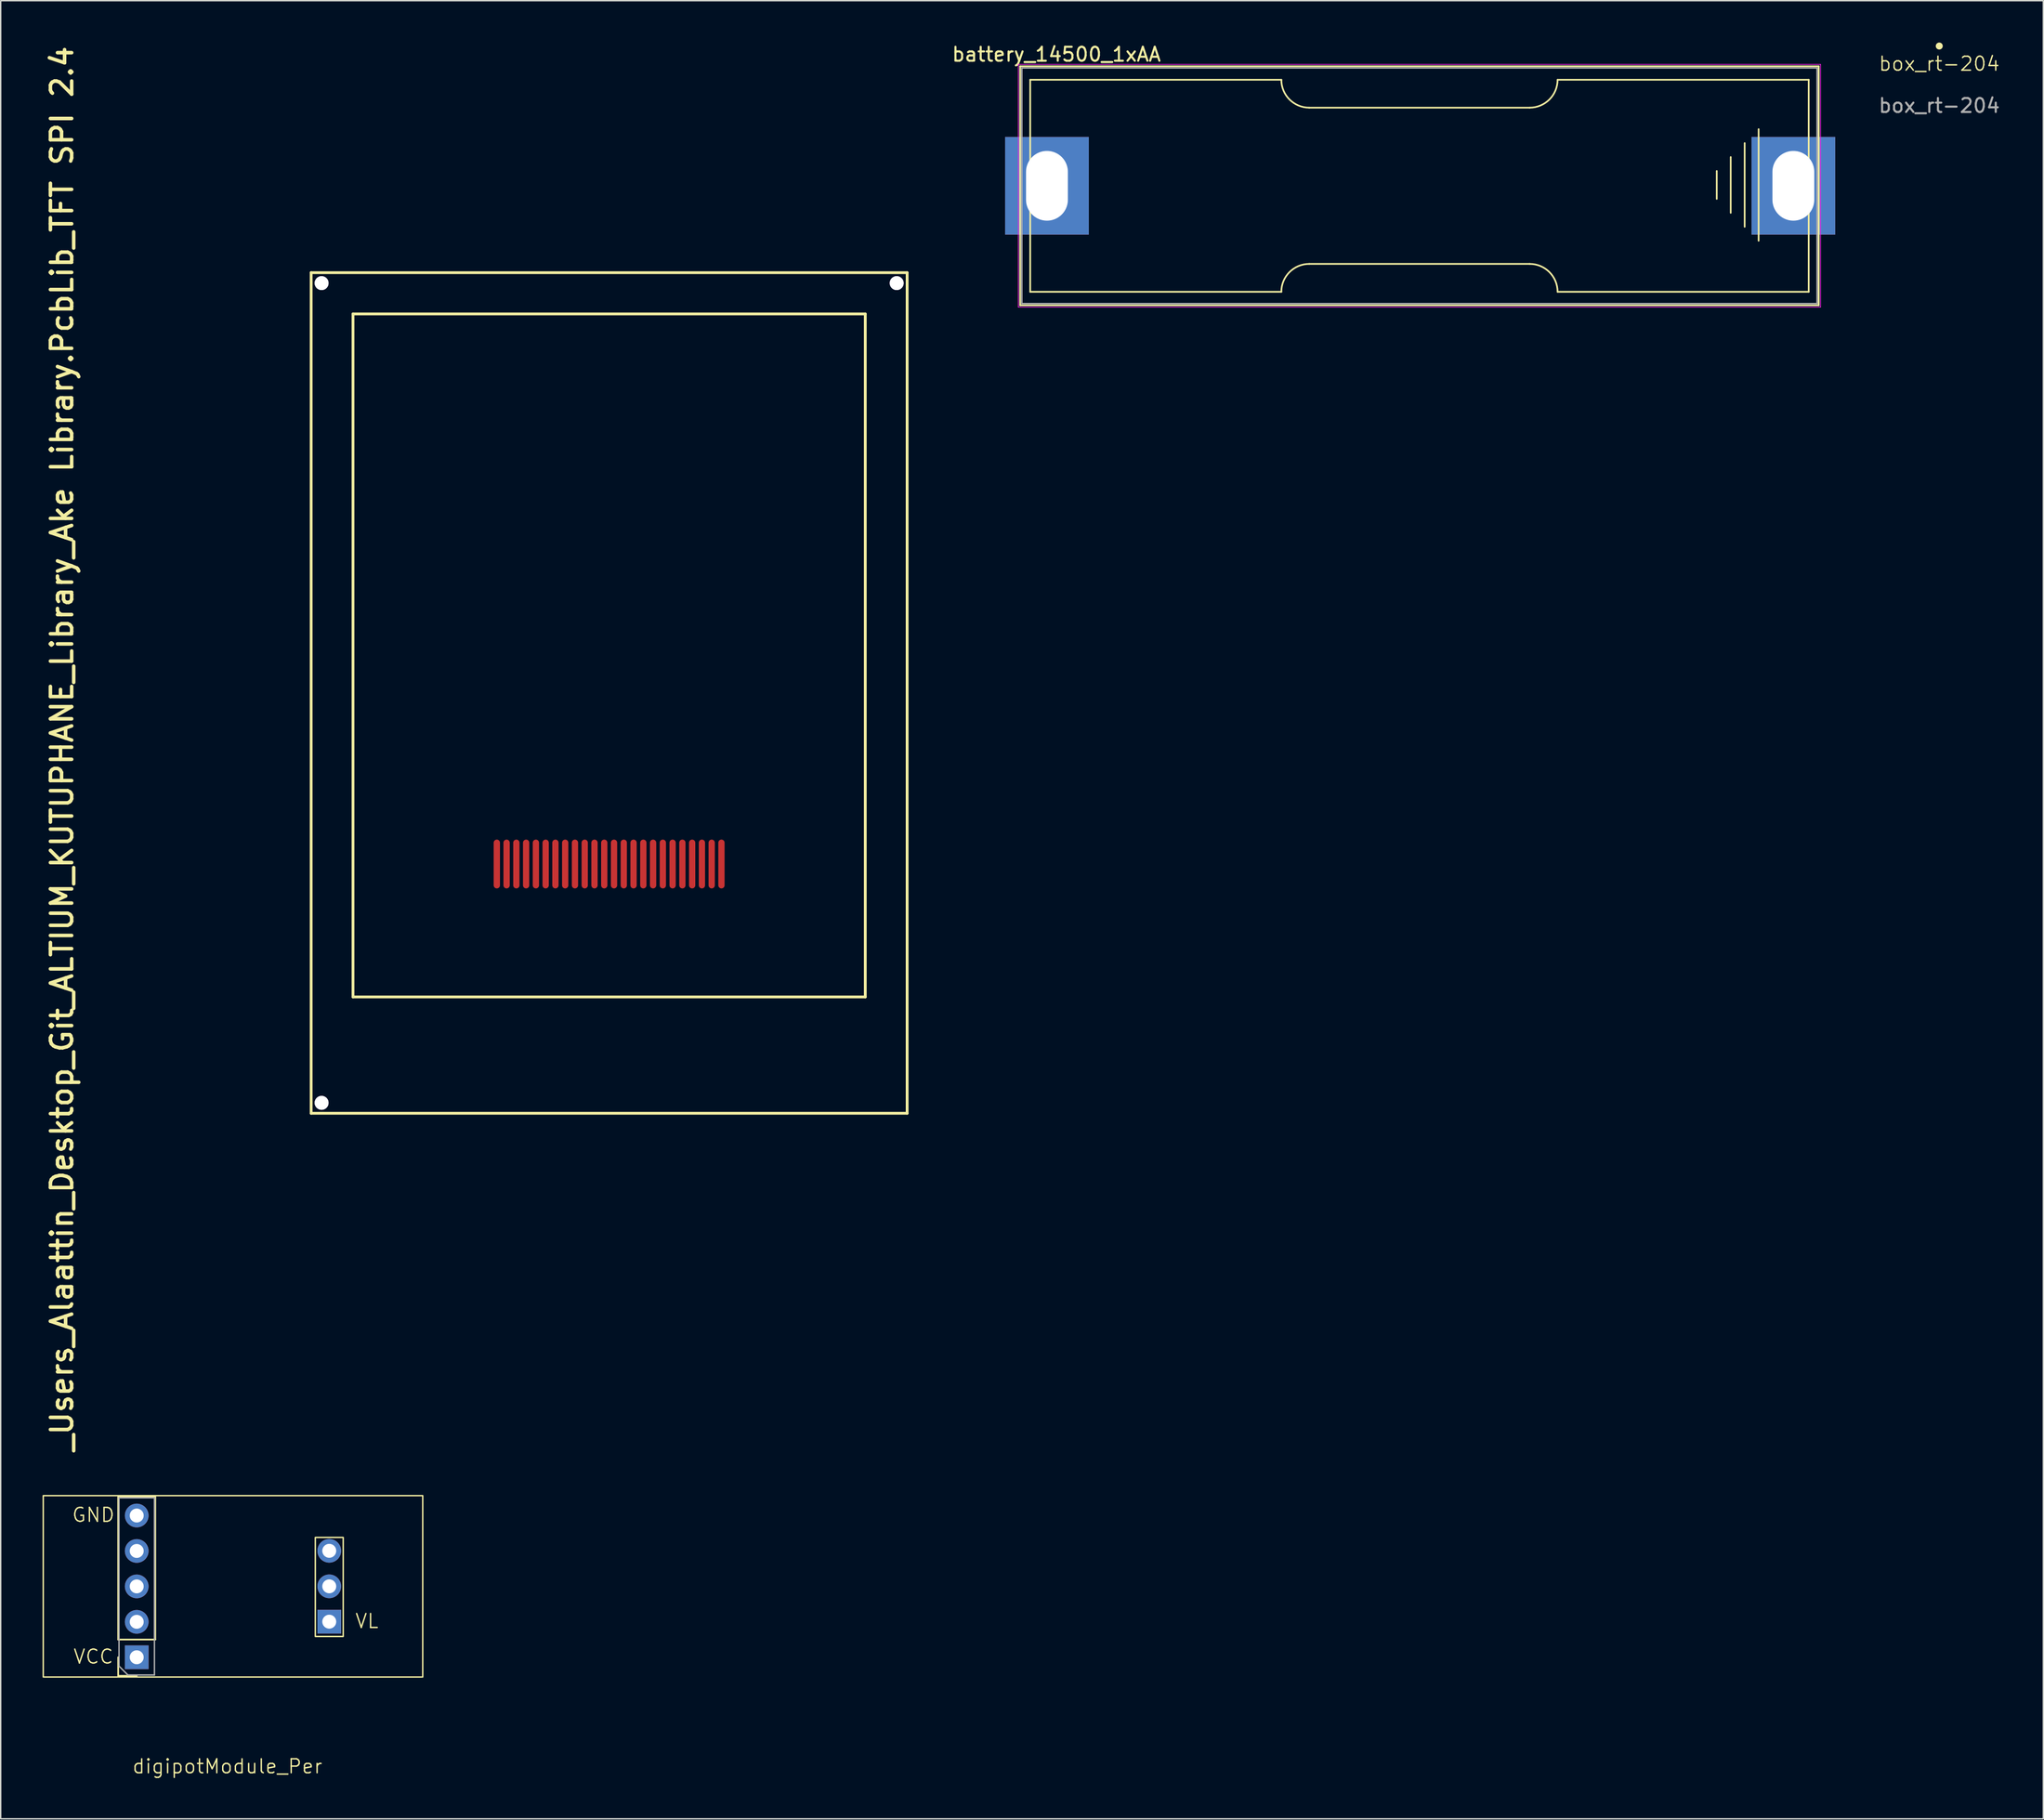
<source format=kicad_pcb>
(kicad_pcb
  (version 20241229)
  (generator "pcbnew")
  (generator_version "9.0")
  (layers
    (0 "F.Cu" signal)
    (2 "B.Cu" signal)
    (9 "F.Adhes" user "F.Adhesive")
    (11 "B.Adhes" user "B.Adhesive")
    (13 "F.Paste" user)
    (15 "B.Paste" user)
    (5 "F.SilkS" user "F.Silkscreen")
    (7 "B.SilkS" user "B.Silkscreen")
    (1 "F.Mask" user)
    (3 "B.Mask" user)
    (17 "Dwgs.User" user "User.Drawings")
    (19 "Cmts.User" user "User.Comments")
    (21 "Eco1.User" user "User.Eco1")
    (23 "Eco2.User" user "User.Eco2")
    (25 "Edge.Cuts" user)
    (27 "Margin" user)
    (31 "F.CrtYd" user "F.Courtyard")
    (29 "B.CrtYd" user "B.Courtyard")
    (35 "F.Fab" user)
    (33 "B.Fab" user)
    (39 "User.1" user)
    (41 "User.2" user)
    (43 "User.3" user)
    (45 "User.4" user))
  (footprint "_Users_Alaattin_Desktop_Git_ALTIUM_KUTUPHANE_Library_Ake Library.PcbLib_TFT SPI 2.4"
    (layer "F.Cu")
    (at 40.611 43.935)
    (property "Reference" "_Users_Alaattin_Desktop_Git_ALTIUM_KUTUPHANE_Library_Ake Library.PcbLib_TFT SPI 2.4" (at -38.325 57.179 90) (unlocked yes) (layer "F.SilkS") (effects (font (size 1.524 1.524) (thickness 0.254)) (justify left bottom)))
    (fp_line (start -21.36 -27.44) (end -21.36 32.82) (stroke (width 0.2) (type solid)) (layer "F.SilkS"))
    (fp_line (start -18.36 -24.48) (end -18.36 24.48) (stroke (width 0.2) (type solid)) (layer "F.SilkS"))
    (fp_line (start 18.36 -24.48) (end -18.36 -24.48) (stroke (width 0.2) (type solid)) (layer "F.SilkS"))
    (fp_line (start 18.36 -24.48) (end 18.36 24.48) (stroke (width 0.2) (type solid)) (layer "F.SilkS"))
    (fp_line (start 18.36 24.48) (end -18.36 24.48) (stroke (width 0.2) (type solid)) (layer "F.SilkS"))
    (fp_line (start 21.36 -27.44) (end -21.36 -27.44) (stroke (width 0.2) (type solid)) (layer "F.SilkS"))
    (fp_line (start 21.36 -27.44) (end 21.36 32.82) (stroke (width 0.2) (type solid)) (layer "F.SilkS"))
    (fp_line (start 21.36 32.82) (end -21.36 32.82) (stroke (width 0.2) (type solid)) (layer "F.SilkS"))
    (pad "1" smd oval (at -8.05 14.95) (size 0.45 3.5) (layers "F.Cu" "F.Mask" "F.Paste"))
    (pad "2" smd oval (at -7.35 14.95) (size 0.45 3.5) (layers "F.Cu" "F.Mask" "F.Paste"))
    (pad "3" smd oval (at -6.65 14.95) (size 0.45 3.5) (layers "F.Cu" "F.Mask" "F.Paste"))
    (pad "4" smd oval (at -5.95 14.95) (size 0.45 3.5) (layers "F.Cu" "F.Mask" "F.Paste"))
    (pad "5" smd oval (at -5.25 14.95) (size 0.45 3.5) (layers "F.Cu" "F.Mask" "F.Paste"))
    (pad "6" smd oval (at -4.55 14.95) (size 0.45 3.5) (layers "F.Cu" "F.Mask" "F.Paste"))
    (pad "7" smd oval (at -3.85 14.95) (size 0.45 3.5) (layers "F.Cu" "F.Mask" "F.Paste"))
    (pad "8" smd oval (at -3.15 14.95) (size 0.45 3.5) (layers "F.Cu" "F.Mask" "F.Paste"))
    (pad "9" smd oval (at -2.45 14.95) (size 0.45 3.5) (layers "F.Cu" "F.Mask" "F.Paste"))
    (pad "10" smd oval (at -1.75 14.95) (size 0.45 3.5) (layers "F.Cu" "F.Mask" "F.Paste"))
    (pad "11" smd oval (at -1.05 14.95) (size 0.45 3.5) (layers "F.Cu" "F.Mask" "F.Paste"))
    (pad "12" smd oval (at -0.35 14.95) (size 0.45 3.5) (layers "F.Cu" "F.Mask" "F.Paste"))
    (pad "13" smd oval (at 0.35 14.95) (size 0.45 3.5) (layers "F.Cu" "F.Mask" "F.Paste"))
    (pad "14" smd oval (at 1.05 14.95) (size 0.45 3.5) (layers "F.Cu" "F.Mask" "F.Paste"))
    (pad "15" smd oval (at 1.75 14.95) (size 0.45 3.5) (layers "F.Cu" "F.Mask" "F.Paste"))
    (pad "16" smd oval (at 2.45 14.95) (size 0.45 3.5) (layers "F.Cu" "F.Mask" "F.Paste"))
    (pad "17" smd oval (at 3.15 14.95) (size 0.45 3.5) (layers "F.Cu" "F.Mask" "F.Paste"))
    (pad "18" smd oval (at 3.85 14.95) (size 0.45 3.5) (layers "F.Cu" "F.Mask" "F.Paste"))
    (pad "19" smd oval (at 4.55 14.95) (size 0.45 3.5) (layers "F.Cu" "F.Mask" "F.Paste"))
    (pad "20" smd oval (at 5.25 14.95) (size 0.45 3.5) (layers "F.Cu" "F.Mask" "F.Paste"))
    (pad "21" smd oval (at 5.95 14.95) (size 0.45 3.5) (layers "F.Cu" "F.Mask" "F.Paste"))
    (pad "22" smd oval (at 6.65 14.95) (size 0.45 3.5) (layers "F.Cu" "F.Mask" "F.Paste"))
    (pad "23" smd oval (at 7.35 14.95) (size 0.45 3.5) (layers "F.Cu" "F.Mask" "F.Paste"))
    (pad "24" smd oval (at 8.05 14.95) (size 0.45 3.5) (layers "F.Cu" "F.Mask" "F.Paste"))
    (pad "39" thru_hole circle (at -20.61 32.07 180) (size 1 1) (drill 1.1) (layers "*.Cu" "*.Mask"))
    (pad "40" thru_hole circle (at -20.61 -26.69 180) (size 1 1) (drill 1.1) (layers "*.Cu" "*.Mask"))
    (pad "41" thru_hole circle (at 20.61 -26.69 180) (size 1 1) (drill 1.1) (layers "*.Cu" "*.Mask")))
  (footprint "box_rt-204"
    (layer "F.Cu")
    (at 135.95 0.25)
    (property "Reference" "box_rt-204" (at 0 1.27 0) (unlocked yes) (layer "F.SilkS") (effects (font (size 1 1) (thickness 0.1))))
    (fp_circle (center 0 0) (end 0.2 0) (stroke (width 0.1) (type default)) (fill yes) (layer "F.SilkS"))
    (fp_text user "${REFERENCE}" (at 0 4.27 0) (unlocked yes) (layer "F.Fab") (effects (font (size 1 1) (thickness 0.15)))))
  (footprint "battery_14500_1xAA"
    (layer "F.Cu")
    (at 72.692 10.268)
    (property "Reference" "battery_14500_1xAA" (at -0.02 -9.42 0) (layer "F.SilkS") (effects (font (size 1 1) (thickness 0.15))))
    (attr through_hole)
    (fp_line (start -2.62 -8.565) (end 54.62 -8.565) (stroke (width 0.12) (type solid)) (layer "F.SilkS"))
    (fp_line (start -2.62 8.565) (end -2.62 -8.565) (stroke (width 0.12) (type solid)) (layer "F.SilkS"))
    (fp_line (start -1.9 -7.6) (end -1.9 7.6) (stroke (width 0.12) (type solid)) (layer "F.SilkS"))
    (fp_line (start -1.9 -7.6) (end 16.1 -7.6) (stroke (width 0.12) (type solid)) (layer "F.SilkS"))
    (fp_line (start -1.9 7.6) (end 16.1 7.6) (stroke (width 0.12) (type solid)) (layer "F.SilkS"))
    (fp_line (start 18.1 -5.6) (end 33.9 -5.6) (stroke (width 0.12) (type solid)) (layer "F.SilkS"))
    (fp_line (start 33.9 5.6) (end 18.1 5.6) (stroke (width 0.12) (type solid)) (layer "F.SilkS"))
    (fp_line (start 35.9 -7.6) (end 53.9 -7.6) (stroke (width 0.12) (type solid)) (layer "F.SilkS"))
    (fp_line (start 35.9 7.6) (end 53.9 7.6) (stroke (width 0.12) (type solid)) (layer "F.SilkS"))
    (fp_line (start 47.31 -1.06) (end 47.31 0.94) (stroke (width 0.12) (type solid)) (layer "F.SilkS"))
    (fp_line (start 48.31 -2.06) (end 48.31 1.94) (stroke (width 0.12) (type solid)) (layer "F.SilkS"))
    (fp_line (start 49.31 2.94) (end 49.31 -3.06) (stroke (width 0.12) (type solid)) (layer "F.SilkS"))
    (fp_line (start 50.31 -4.06) (end 50.31 3.94) (stroke (width 0.12) (type solid)) (layer "F.SilkS"))
    (fp_line (start 53.9 -7.6) (end 53.9 7.6) (stroke (width 0.12) (type solid)) (layer "F.SilkS"))
    (fp_line (start 54.62 -8.565) (end 54.62 8.565) (stroke (width 0.12) (type solid)) (layer "F.SilkS"))
    (fp_line (start 54.62 8.565) (end -2.62 8.565) (stroke (width 0.12) (type solid)) (layer "F.SilkS"))
    (fp_arc (start 16.1 7.6) (mid 16.685786 6.185786) (end 18.1 5.6) (stroke (width 0.12) (type solid)) (layer "F.SilkS"))
    (fp_arc (start 18.1 -5.6) (mid 16.685786 -6.185786) (end 16.1 -7.6) (stroke (width 0.12) (type solid)) (layer "F.SilkS"))
    (fp_arc (start 33.9 5.6) (mid 35.314214 6.185786) (end 35.9 7.6) (stroke (width 0.12) (type solid)) (layer "F.SilkS"))
    (fp_arc (start 35.9 -7.6) (mid 35.314214 -6.185786) (end 33.9 -5.6) (stroke (width 0.12) (type solid)) (layer "F.SilkS"))
    (fp_line (start -2.75 -8.7) (end 54.75 -8.7) (stroke (width 0.05) (type solid)) (layer "F.CrtYd"))
    (fp_line (start -2.75 8.7) (end -2.75 -8.7) (stroke (width 0.05) (type solid)) (layer "F.CrtYd"))
    (fp_line (start 54.75 -8.7) (end 54.75 8.7) (stroke (width 0.05) (type solid)) (layer "F.CrtYd"))
    (fp_line (start 54.75 8.7) (end -2.75 8.7) (stroke (width 0.05) (type solid)) (layer "F.CrtYd"))
    (fp_line (start -2.5 -8.445) (end -2.5 8.445) (stroke (width 0.1) (type solid)) (layer "F.Fab"))
    (fp_line (start -2.5 8.445) (end 54.5 8.445) (stroke (width 0.1) (type solid)) (layer "F.Fab"))
    (fp_line (start 54.5 -8.445) (end -2.5 -8.445) (stroke (width 0.1) (type solid)) (layer "F.Fab"))
    (fp_line (start 54.5 8.445) (end 54.5 -8.445) (stroke (width 0.1) (type solid)) (layer "F.Fab"))
    (pad "1" thru_hole rect (at -0.7 0 270) (size 7 6) (drill oval 5 3) (layers "*.Cu" "*.Mask"))
    (pad "2" thru_hole rect (at 52.8 0 270) (size 7 6) (drill oval 5 3) (layers "*.Cu" "*.Mask")))
  (footprint "digipotModule_Per"
    (layer "F.Cu")
    (at 6.75 110.664)
    (property "Reference" "digipotModule_Per" (at 6.5 12.905 0) (unlocked yes) (layer "F.SilkS") (effects (font (size 1 1) (thickness 0.1))))
    (attr through_hole)
    (fp_line (start -1.33 -6.405) (end 1.33 -6.405) (stroke (width 0.12) (type solid)) (layer "F.SilkS"))
    (fp_line (start -1.33 3.815) (end -1.33 -6.405) (stroke (width 0.12) (type solid)) (layer "F.SilkS"))
    (fp_line (start -1.33 3.815) (end 1.33 3.815) (stroke (width 0.12) (type solid)) (layer "F.SilkS"))
    (fp_line (start -1.33 5.085) (end -1.33 6.415) (stroke (width 0.12) (type solid)) (layer "F.SilkS"))
    (fp_line (start -1.33 6.415) (end 0 6.415) (stroke (width 0.12) (type solid)) (layer "F.SilkS"))
    (fp_line (start 1.33 3.815) (end 1.33 -6.405) (stroke (width 0.12) (type solid)) (layer "F.SilkS"))
    (fp_rect (start -6.7 -6.5) (end 20.5 6.5) (stroke (width 0.1) (type default)) (fill no) (layer "F.SilkS"))
    (fp_rect (start 12.8 3.595) (end 14.8 -3.505) (stroke (width 0.1) (type default)) (fill no) (layer "F.SilkS"))
    (fp_line (start -1.27 -6.345) (end -1.27 5.72) (stroke (width 0.1) (type solid)) (layer "F.Fab"))
    (fp_line (start -1.27 5.72) (end -0.635 6.355) (stroke (width 0.1) (type solid)) (layer "F.Fab"))
    (fp_line (start -0.635 6.355) (end 1.27 6.355) (stroke (width 0.1) (type solid)) (layer "F.Fab"))
    (fp_line (start 1.27 -6.345) (end -1.27 -6.345) (stroke (width 0.1) (type solid)) (layer "F.Fab"))
    (fp_line (start 1.27 6.355) (end 1.27 -6.345) (stroke (width 0.1) (type solid)) (layer "F.Fab"))
    (fp_text user "VL" (at 15.6 3.075 0) (unlocked yes) (layer "F.SilkS") (effects (font (size 1 1) (thickness 0.1)) (justify left bottom)))
    (fp_text user "GND" (at -4.695 -4.535 0) (unlocked yes) (layer "F.SilkS") (effects (font (size 1 1) (thickness 0.1)) (justify left bottom)))
    (fp_text user "VCC" (at -4.6 5.625 0) (unlocked yes) (layer "F.SilkS") (effects (font (size 1 1) (thickness 0.1)) (justify left bottom)))
    (pad "1" thru_hole oval (at 0 0.005) (size 1.7 1.7) (drill 1) (layers "*.Cu" "*.Mask"))
    (pad "2" thru_hole oval (at 0 -2.535) (size 1.7 1.7) (drill 1) (layers "*.Cu" "*.Mask"))
    (pad "3" thru_hole oval (at 13.8 -2.545) (size 1.7 1.7) (drill 1) (layers "*.Cu" "*.Mask"))
    (pad "4" thru_hole oval (at 0 -5.075) (size 1.7 1.7) (drill 1) (layers "*.Cu" "*.Mask"))
    (pad "5" thru_hole oval (at 13.8 0) (size 1.7 1.7) (drill 1) (layers "*.Cu" "*.Mask"))
    (pad "6" thru_hole rect (at 13.8 2.535) (size 1.7 1.7) (drill 1) (layers "*.Cu" "*.Mask"))
    (pad "7" thru_hole oval (at 0 2.545) (size 1.7 1.7) (drill 1) (layers "*.Cu" "*.Mask"))
    (pad "8" thru_hole rect (at 0 5.085) (size 1.7 1.7) (drill 1) (layers "*.Cu" "*.Mask")))
  (gr_rect
    (start -3 -3)
    (end 143.408 127.329)
    (stroke (width 0.1) (type default))
    (fill no)
    (layer "Edge.Cuts")))
</source>
